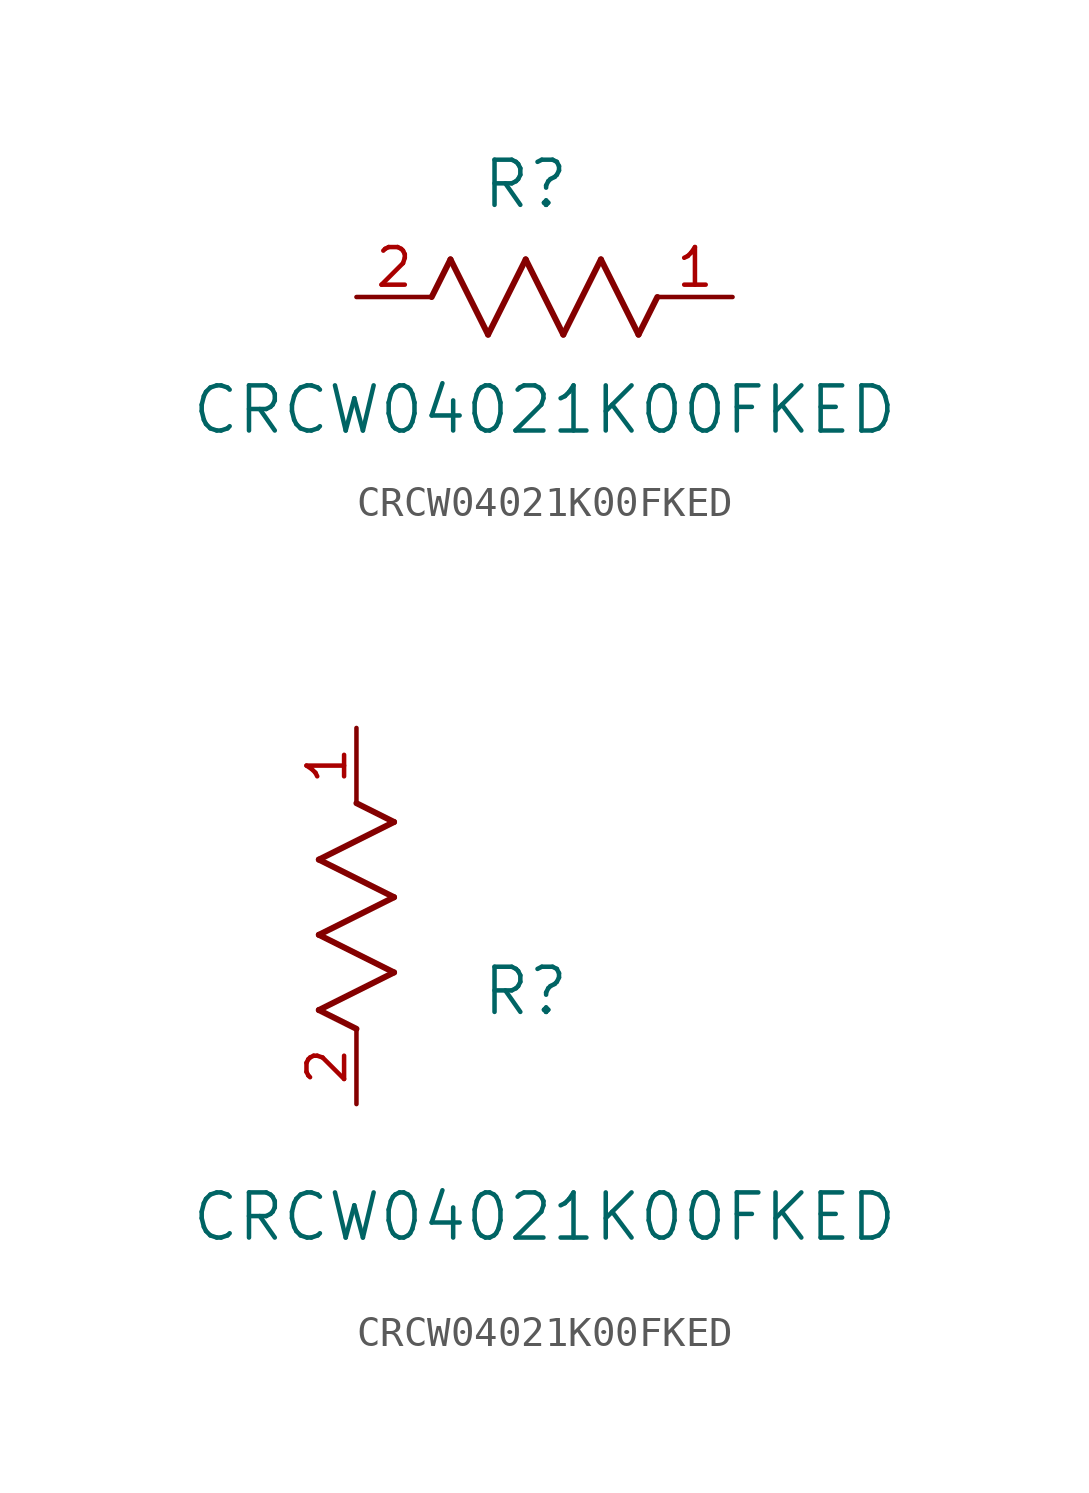
<source format=kicad_sym>
(kicad_symbol_lib
  (version 20211014)
  (generator kicad_symbol_editor)
  (symbol "CRCW04021K00FKED"
    (pin_names
      (offset 0.254))
    (property "Reference" "R"
      (at 5.715 3.81 0)
      (effects (font (size 1.524 1.524))))
    (property "Value" "CRCW04021K00FKED"
      (at 6.35 -3.81 0)
      (effects (font (size 1.524 1.524))))
    (symbol "CRCW04021K00FKED_1_1"
      (polyline (pts (xy 3.175 1.27) (xy 4.445 -1.27)) (stroke (width 0.203) (type default) (color 0 0 0 0)) (fill (type none)))
      (polyline (pts (xy 4.445 -1.27) (xy 5.715 1.27)) (stroke (width 0.203) (type default) (color 0 0 0 0)) (fill (type none)))
      (polyline (pts (xy 5.715 1.27) (xy 6.985 -1.27)) (stroke (width 0.203) (type default) (color 0 0 0 0)) (fill (type none)))
      (polyline (pts (xy 6.985 -1.27) (xy 8.255 1.27)) (stroke (width 0.203) (type default) (color 0 0 0 0)) (fill (type none)))
      (polyline (pts (xy 8.255 1.27) (xy 9.525 -1.27)) (stroke (width 0.203) (type default) (color 0 0 0 0)) (fill (type none)))
      (polyline (pts (xy 2.54 0) (xy 3.175 1.27)) (stroke (width 0.203) (type default) (color 0 0 0 0)) (fill (type none)))
      (polyline (pts (xy 9.525 -1.27) (xy 10.16 0)) (stroke (width 0.203) (type default) (color 0 0 0 0)) (fill (type none)))
      (pin unspecified line (at 0 0 0) (length 2.54) (name "" (effects (font (size 1.27 1.27)))) (number "2" (effects (font (size 1.27 1.27)))))
      (pin unspecified line (at 12.7 0 180) (length 2.54) (name "" (effects (font (size 1.27 1.27)))) (number "1" (effects (font (size 1.27 1.27))))))
    (symbol "CRCW04021K00FKED_1_2"
      (polyline (pts (xy 0 2.54) (xy -1.27 3.175)) (stroke (width 0.203) (type default) (color 0 0 0 0)) (fill (type none)))
      (polyline (pts (xy -1.27 3.175) (xy 1.27 4.445)) (stroke (width 0.203) (type default) (color 0 0 0 0)) (fill (type none)))
      (polyline (pts (xy 1.27 4.445) (xy -1.27 5.715)) (stroke (width 0.203) (type default) (color 0 0 0 0)) (fill (type none)))
      (polyline (pts (xy -1.27 5.715) (xy 1.27 6.985)) (stroke (width 0.203) (type default) (color 0 0 0 0)) (fill (type none)))
      (polyline (pts (xy -1.27 8.255) (xy 1.27 9.525)) (stroke (width 0.203) (type default) (color 0 0 0 0)) (fill (type none)))
      (polyline (pts (xy 1.27 9.525) (xy 0 10.16)) (stroke (width 0.203) (type default) (color 0 0 0 0)) (fill (type none)))
      (polyline (pts (xy 1.27 6.985) (xy -1.27 8.255)) (stroke (width 0.203) (type default) (color 0 0 0 0)) (fill (type none)))
      (pin unspecified line (at 0 0 90) (length 2.54) (name "" (effects (font (size 1.27 1.27)))) (number "2" (effects (font (size 1.27 1.27)))))
      (pin unspecified line (at 0 12.7 270) (length 2.54) (name "" (effects (font (size 1.27 1.27)))) (number "1" (effects (font (size 1.27 1.27))))))))
</source>
